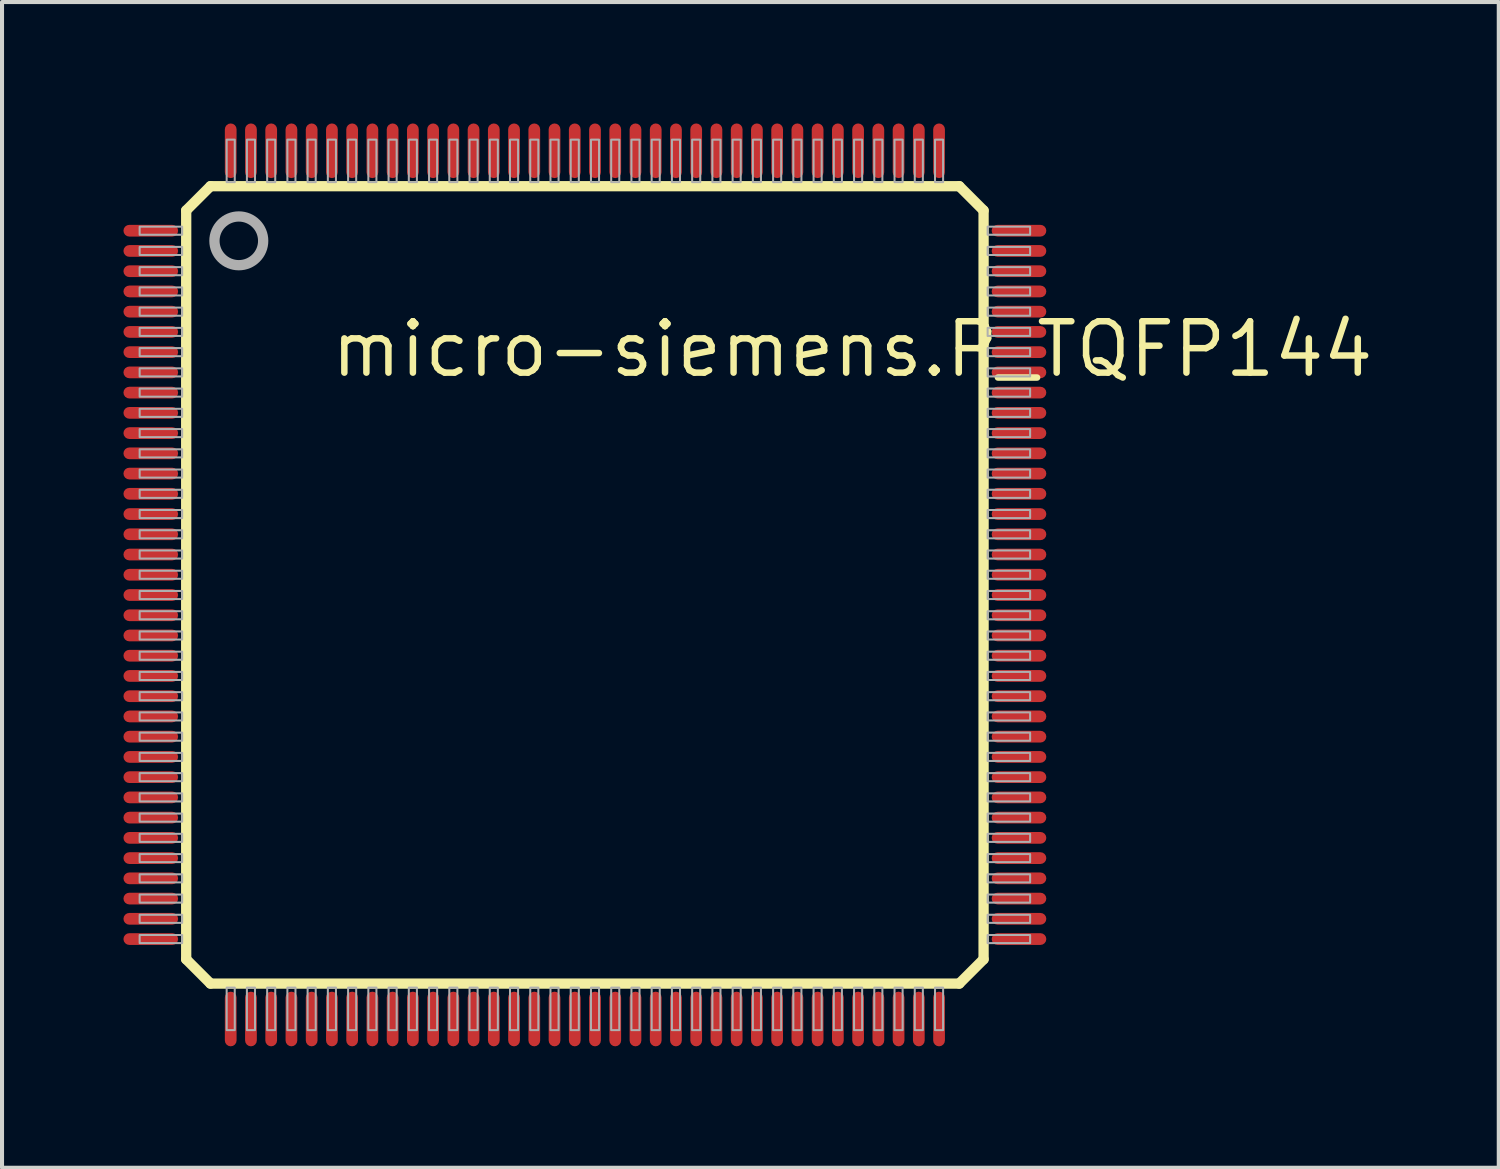
<source format=kicad_pcb>
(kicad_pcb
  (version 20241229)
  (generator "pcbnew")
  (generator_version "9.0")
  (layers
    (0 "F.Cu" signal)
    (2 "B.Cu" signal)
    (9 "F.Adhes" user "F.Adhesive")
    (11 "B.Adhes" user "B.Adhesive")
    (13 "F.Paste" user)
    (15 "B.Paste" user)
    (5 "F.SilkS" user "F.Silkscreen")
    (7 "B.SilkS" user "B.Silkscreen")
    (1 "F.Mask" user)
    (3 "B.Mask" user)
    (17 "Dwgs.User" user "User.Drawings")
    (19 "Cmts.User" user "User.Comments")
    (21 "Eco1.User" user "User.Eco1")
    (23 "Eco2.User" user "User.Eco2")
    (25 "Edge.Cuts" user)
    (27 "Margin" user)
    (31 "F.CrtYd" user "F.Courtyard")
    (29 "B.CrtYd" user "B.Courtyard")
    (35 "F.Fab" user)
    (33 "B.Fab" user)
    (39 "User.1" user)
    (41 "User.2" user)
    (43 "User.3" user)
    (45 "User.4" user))
  (footprint "micro-siemens.P_TQFP144"
    (layer "F.Cu")
    (at 11.4 11.4)
    (property "Reference" "micro-siemens.P_TQFP144" (at -6.35 -5.08 0) (layer "F.SilkS") (effects (font (size 1.27 1.27) (thickness 0.16)) (justify left bottom)))
    (attr smd)
    (fp_line (start -9.85 -9.25) (end -9.25 -9.85) (stroke (width 0.254) (type default)) (layer "F.SilkS"))
    (fp_line (start -9.85 9.25) (end -9.85 -9.25) (stroke (width 0.254) (type default)) (layer "F.SilkS"))
    (fp_line (start -9.85 9.25) (end -9.25 9.85) (stroke (width 0.254) (type default)) (layer "F.SilkS"))
    (fp_line (start -9.25 -9.85) (end 9.25 -9.85) (stroke (width 0.254) (type default)) (layer "F.SilkS"))
    (fp_line (start 9.25 9.85) (end -9.25 9.85) (stroke (width 0.254) (type default)) (layer "F.SilkS"))
    (fp_line (start 9.85 -9.25) (end 9.25 -9.85) (stroke (width 0.254) (type default)) (layer "F.SilkS"))
    (fp_line (start 9.85 -9.25) (end 9.85 9.25) (stroke (width 0.254) (type default)) (layer "F.SilkS"))
    (fp_line (start 9.85 9.25) (end 9.25 9.85) (stroke (width 0.254) (type default)) (layer "F.SilkS"))
    (fp_rect (start -11 -8.65) (end -9.95 -8.85) (stroke (width 0.05) (type default)) (fill no) (layer "F.Fab"))
    (fp_rect (start -11 -8.15) (end -9.95 -8.35) (stroke (width 0.05) (type default)) (fill no) (layer "F.Fab"))
    (fp_rect (start -11 -7.65) (end -9.95 -7.85) (stroke (width 0.05) (type default)) (fill no) (layer "F.Fab"))
    (fp_rect (start -11 -7.15) (end -9.95 -7.35) (stroke (width 0.05) (type default)) (fill no) (layer "F.Fab"))
    (fp_rect (start -11 -6.65) (end -9.95 -6.85) (stroke (width 0.05) (type default)) (fill no) (layer "F.Fab"))
    (fp_rect (start -11 -6.15) (end -9.95 -6.35) (stroke (width 0.05) (type default)) (fill no) (layer "F.Fab"))
    (fp_rect (start -11 -5.65) (end -9.95 -5.85) (stroke (width 0.05) (type default)) (fill no) (layer "F.Fab"))
    (fp_rect (start -11 -5.15) (end -9.95 -5.35) (stroke (width 0.05) (type default)) (fill no) (layer "F.Fab"))
    (fp_rect (start -11 -4.65) (end -9.95 -4.85) (stroke (width 0.05) (type default)) (fill no) (layer "F.Fab"))
    (fp_rect (start -11 -4.15) (end -9.95 -4.35) (stroke (width 0.05) (type default)) (fill no) (layer "F.Fab"))
    (fp_rect (start -11 -3.65) (end -9.95 -3.85) (stroke (width 0.05) (type default)) (fill no) (layer "F.Fab"))
    (fp_rect (start -11 -3.15) (end -9.95 -3.35) (stroke (width 0.05) (type default)) (fill no) (layer "F.Fab"))
    (fp_rect (start -11 -2.65) (end -9.95 -2.85) (stroke (width 0.05) (type default)) (fill no) (layer "F.Fab"))
    (fp_rect (start -11 -2.15) (end -9.95 -2.35) (stroke (width 0.05) (type default)) (fill no) (layer "F.Fab"))
    (fp_rect (start -11 -1.65) (end -9.95 -1.85) (stroke (width 0.05) (type default)) (fill no) (layer "F.Fab"))
    (fp_rect (start -11 -1.15) (end -9.95 -1.35) (stroke (width 0.05) (type default)) (fill no) (layer "F.Fab"))
    (fp_rect (start -11 -0.65) (end -9.95 -0.85) (stroke (width 0.05) (type default)) (fill no) (layer "F.Fab"))
    (fp_rect (start -11 -0.15) (end -9.95 -0.35) (stroke (width 0.05) (type default)) (fill no) (layer "F.Fab"))
    (fp_rect (start -11 0.35) (end -9.95 0.15) (stroke (width 0.05) (type default)) (fill no) (layer "F.Fab"))
    (fp_rect (start -11 0.85) (end -9.95 0.65) (stroke (width 0.05) (type default)) (fill no) (layer "F.Fab"))
    (fp_rect (start -11 1.35) (end -9.95 1.15) (stroke (width 0.05) (type default)) (fill no) (layer "F.Fab"))
    (fp_rect (start -11 1.85) (end -9.95 1.65) (stroke (width 0.05) (type default)) (fill no) (layer "F.Fab"))
    (fp_rect (start -11 2.35) (end -9.95 2.15) (stroke (width 0.05) (type default)) (fill no) (layer "F.Fab"))
    (fp_rect (start -11 2.85) (end -9.95 2.65) (stroke (width 0.05) (type default)) (fill no) (layer "F.Fab"))
    (fp_rect (start -11 3.35) (end -9.95 3.15) (stroke (width 0.05) (type default)) (fill no) (layer "F.Fab"))
    (fp_rect (start -11 3.85) (end -9.95 3.65) (stroke (width 0.05) (type default)) (fill no) (layer "F.Fab"))
    (fp_rect (start -11 4.35) (end -9.95 4.15) (stroke (width 0.05) (type default)) (fill no) (layer "F.Fab"))
    (fp_rect (start -11 4.85) (end -9.95 4.65) (stroke (width 0.05) (type default)) (fill no) (layer "F.Fab"))
    (fp_rect (start -11 5.35) (end -9.95 5.15) (stroke (width 0.05) (type default)) (fill no) (layer "F.Fab"))
    (fp_rect (start -11 5.85) (end -9.95 5.65) (stroke (width 0.05) (type default)) (fill no) (layer "F.Fab"))
    (fp_rect (start -11 6.35) (end -9.95 6.15) (stroke (width 0.05) (type default)) (fill no) (layer "F.Fab"))
    (fp_rect (start -11 6.85) (end -9.95 6.65) (stroke (width 0.05) (type default)) (fill no) (layer "F.Fab"))
    (fp_rect (start -11 7.35) (end -9.95 7.15) (stroke (width 0.05) (type default)) (fill no) (layer "F.Fab"))
    (fp_rect (start -11 7.85) (end -9.95 7.65) (stroke (width 0.05) (type default)) (fill no) (layer "F.Fab"))
    (fp_rect (start -11 8.35) (end -9.95 8.15) (stroke (width 0.05) (type default)) (fill no) (layer "F.Fab"))
    (fp_rect (start -11 8.85) (end -9.95 8.65) (stroke (width 0.05) (type default)) (fill no) (layer "F.Fab"))
    (fp_rect (start -8.85 -9.95) (end -8.65 -11) (stroke (width 0.05) (type default)) (fill no) (layer "F.Fab"))
    (fp_rect (start -8.85 11) (end -8.65 9.95) (stroke (width 0.05) (type default)) (fill no) (layer "F.Fab"))
    (fp_rect (start -8.35 -9.95) (end -8.15 -11) (stroke (width 0.05) (type default)) (fill no) (layer "F.Fab"))
    (fp_rect (start -8.35 11) (end -8.15 9.95) (stroke (width 0.05) (type default)) (fill no) (layer "F.Fab"))
    (fp_rect (start -7.85 -9.95) (end -7.65 -11) (stroke (width 0.05) (type default)) (fill no) (layer "F.Fab"))
    (fp_rect (start -7.85 11) (end -7.65 9.95) (stroke (width 0.05) (type default)) (fill no) (layer "F.Fab"))
    (fp_rect (start -7.35 -9.95) (end -7.15 -11) (stroke (width 0.05) (type default)) (fill no) (layer "F.Fab"))
    (fp_rect (start -7.35 11) (end -7.15 9.95) (stroke (width 0.05) (type default)) (fill no) (layer "F.Fab"))
    (fp_rect (start -6.85 -9.95) (end -6.65 -11) (stroke (width 0.05) (type default)) (fill no) (layer "F.Fab"))
    (fp_rect (start -6.85 11) (end -6.65 9.95) (stroke (width 0.05) (type default)) (fill no) (layer "F.Fab"))
    (fp_rect (start -6.35 -9.95) (end -6.15 -11) (stroke (width 0.05) (type default)) (fill no) (layer "F.Fab"))
    (fp_rect (start -6.35 11) (end -6.15 9.95) (stroke (width 0.05) (type default)) (fill no) (layer "F.Fab"))
    (fp_rect (start -5.85 -9.95) (end -5.65 -11) (stroke (width 0.05) (type default)) (fill no) (layer "F.Fab"))
    (fp_rect (start -5.85 11) (end -5.65 9.95) (stroke (width 0.05) (type default)) (fill no) (layer "F.Fab"))
    (fp_rect (start -5.35 -9.95) (end -5.15 -11) (stroke (width 0.05) (type default)) (fill no) (layer "F.Fab"))
    (fp_rect (start -5.35 11) (end -5.15 9.95) (stroke (width 0.05) (type default)) (fill no) (layer "F.Fab"))
    (fp_rect (start -4.85 -9.95) (end -4.65 -11) (stroke (width 0.05) (type default)) (fill no) (layer "F.Fab"))
    (fp_rect (start -4.85 11) (end -4.65 9.95) (stroke (width 0.05) (type default)) (fill no) (layer "F.Fab"))
    (fp_rect (start -4.35 -9.95) (end -4.15 -11) (stroke (width 0.05) (type default)) (fill no) (layer "F.Fab"))
    (fp_rect (start -4.35 11) (end -4.15 9.95) (stroke (width 0.05) (type default)) (fill no) (layer "F.Fab"))
    (fp_rect (start -3.85 -9.95) (end -3.65 -11) (stroke (width 0.05) (type default)) (fill no) (layer "F.Fab"))
    (fp_rect (start -3.85 11) (end -3.65 9.95) (stroke (width 0.05) (type default)) (fill no) (layer "F.Fab"))
    (fp_rect (start -3.35 -9.95) (end -3.15 -11) (stroke (width 0.05) (type default)) (fill no) (layer "F.Fab"))
    (fp_rect (start -3.35 11) (end -3.15 9.95) (stroke (width 0.05) (type default)) (fill no) (layer "F.Fab"))
    (fp_rect (start -2.85 -9.95) (end -2.65 -11) (stroke (width 0.05) (type default)) (fill no) (layer "F.Fab"))
    (fp_rect (start -2.85 11) (end -2.65 9.95) (stroke (width 0.05) (type default)) (fill no) (layer "F.Fab"))
    (fp_rect (start -2.35 -9.95) (end -2.15 -11) (stroke (width 0.05) (type default)) (fill no) (layer "F.Fab"))
    (fp_rect (start -2.35 11) (end -2.15 9.95) (stroke (width 0.05) (type default)) (fill no) (layer "F.Fab"))
    (fp_rect (start -1.85 -9.95) (end -1.65 -11) (stroke (width 0.05) (type default)) (fill no) (layer "F.Fab"))
    (fp_rect (start -1.85 11) (end -1.65 9.95) (stroke (width 0.05) (type default)) (fill no) (layer "F.Fab"))
    (fp_rect (start -1.35 -9.95) (end -1.15 -11) (stroke (width 0.05) (type default)) (fill no) (layer "F.Fab"))
    (fp_rect (start -1.35 11) (end -1.15 9.95) (stroke (width 0.05) (type default)) (fill no) (layer "F.Fab"))
    (fp_rect (start -0.85 -9.95) (end -0.65 -11) (stroke (width 0.05) (type default)) (fill no) (layer "F.Fab"))
    (fp_rect (start -0.85 11) (end -0.65 9.95) (stroke (width 0.05) (type default)) (fill no) (layer "F.Fab"))
    (fp_rect (start -0.35 -9.95) (end -0.15 -11) (stroke (width 0.05) (type default)) (fill no) (layer "F.Fab"))
    (fp_rect (start -0.35 11) (end -0.15 9.95) (stroke (width 0.05) (type default)) (fill no) (layer "F.Fab"))
    (fp_rect (start 0.15 -9.95) (end 0.35 -11) (stroke (width 0.05) (type default)) (fill no) (layer "F.Fab"))
    (fp_rect (start 0.15 11) (end 0.35 9.95) (stroke (width 0.05) (type default)) (fill no) (layer "F.Fab"))
    (fp_rect (start 0.65 -9.95) (end 0.85 -11) (stroke (width 0.05) (type default)) (fill no) (layer "F.Fab"))
    (fp_rect (start 0.65 11) (end 0.85 9.95) (stroke (width 0.05) (type default)) (fill no) (layer "F.Fab"))
    (fp_rect (start 1.15 -9.95) (end 1.35 -11) (stroke (width 0.05) (type default)) (fill no) (layer "F.Fab"))
    (fp_rect (start 1.15 11) (end 1.35 9.95) (stroke (width 0.05) (type default)) (fill no) (layer "F.Fab"))
    (fp_rect (start 1.65 -9.95) (end 1.85 -11) (stroke (width 0.05) (type default)) (fill no) (layer "F.Fab"))
    (fp_rect (start 1.65 11) (end 1.85 9.95) (stroke (width 0.05) (type default)) (fill no) (layer "F.Fab"))
    (fp_rect (start 2.15 -9.95) (end 2.35 -11) (stroke (width 0.05) (type default)) (fill no) (layer "F.Fab"))
    (fp_rect (start 2.15 11) (end 2.35 9.95) (stroke (width 0.05) (type default)) (fill no) (layer "F.Fab"))
    (fp_rect (start 2.65 -9.95) (end 2.85 -11) (stroke (width 0.05) (type default)) (fill no) (layer "F.Fab"))
    (fp_rect (start 2.65 11) (end 2.85 9.95) (stroke (width 0.05) (type default)) (fill no) (layer "F.Fab"))
    (fp_rect (start 3.15 -9.95) (end 3.35 -11) (stroke (width 0.05) (type default)) (fill no) (layer "F.Fab"))
    (fp_rect (start 3.15 11) (end 3.35 9.95) (stroke (width 0.05) (type default)) (fill no) (layer "F.Fab"))
    (fp_rect (start 3.65 -9.95) (end 3.85 -11) (stroke (width 0.05) (type default)) (fill no) (layer "F.Fab"))
    (fp_rect (start 3.65 11) (end 3.85 9.95) (stroke (width 0.05) (type default)) (fill no) (layer "F.Fab"))
    (fp_rect (start 4.15 -9.95) (end 4.35 -11) (stroke (width 0.05) (type default)) (fill no) (layer "F.Fab"))
    (fp_rect (start 4.15 11) (end 4.35 9.95) (stroke (width 0.05) (type default)) (fill no) (layer "F.Fab"))
    (fp_rect (start 4.65 -9.95) (end 4.85 -11) (stroke (width 0.05) (type default)) (fill no) (layer "F.Fab"))
    (fp_rect (start 4.65 11) (end 4.85 9.95) (stroke (width 0.05) (type default)) (fill no) (layer "F.Fab"))
    (fp_rect (start 5.15 -9.95) (end 5.35 -11) (stroke (width 0.05) (type default)) (fill no) (layer "F.Fab"))
    (fp_rect (start 5.15 11) (end 5.35 9.95) (stroke (width 0.05) (type default)) (fill no) (layer "F.Fab"))
    (fp_rect (start 5.65 -9.95) (end 5.85 -11) (stroke (width 0.05) (type default)) (fill no) (layer "F.Fab"))
    (fp_rect (start 5.65 11) (end 5.85 9.95) (stroke (width 0.05) (type default)) (fill no) (layer "F.Fab"))
    (fp_rect (start 6.15 -9.95) (end 6.35 -11) (stroke (width 0.05) (type default)) (fill no) (layer "F.Fab"))
    (fp_rect (start 6.15 11) (end 6.35 9.95) (stroke (width 0.05) (type default)) (fill no) (layer "F.Fab"))
    (fp_rect (start 6.65 -9.95) (end 6.85 -11) (stroke (width 0.05) (type default)) (fill no) (layer "F.Fab"))
    (fp_rect (start 6.65 11) (end 6.85 9.95) (stroke (width 0.05) (type default)) (fill no) (layer "F.Fab"))
    (fp_rect (start 7.15 -9.95) (end 7.35 -11) (stroke (width 0.05) (type default)) (fill no) (layer "F.Fab"))
    (fp_rect (start 7.15 11) (end 7.35 9.95) (stroke (width 0.05) (type default)) (fill no) (layer "F.Fab"))
    (fp_rect (start 7.65 -9.95) (end 7.85 -11) (stroke (width 0.05) (type default)) (fill no) (layer "F.Fab"))
    (fp_rect (start 7.65 11) (end 7.85 9.95) (stroke (width 0.05) (type default)) (fill no) (layer "F.Fab"))
    (fp_rect (start 8.15 -9.95) (end 8.35 -11) (stroke (width 0.05) (type default)) (fill no) (layer "F.Fab"))
    (fp_rect (start 8.15 11) (end 8.35 9.95) (stroke (width 0.05) (type default)) (fill no) (layer "F.Fab"))
    (fp_rect (start 8.65 -9.95) (end 8.85 -11) (stroke (width 0.05) (type default)) (fill no) (layer "F.Fab"))
    (fp_rect (start 8.65 11) (end 8.85 9.95) (stroke (width 0.05) (type default)) (fill no) (layer "F.Fab"))
    (fp_rect (start 9.95 -8.65) (end 11 -8.85) (stroke (width 0.05) (type default)) (fill no) (layer "F.Fab"))
    (fp_rect (start 9.95 -8.15) (end 11 -8.35) (stroke (width 0.05) (type default)) (fill no) (layer "F.Fab"))
    (fp_rect (start 9.95 -7.65) (end 11 -7.85) (stroke (width 0.05) (type default)) (fill no) (layer "F.Fab"))
    (fp_rect (start 9.95 -7.15) (end 11 -7.35) (stroke (width 0.05) (type default)) (fill no) (layer "F.Fab"))
    (fp_rect (start 9.95 -6.65) (end 11 -6.85) (stroke (width 0.05) (type default)) (fill no) (layer "F.Fab"))
    (fp_rect (start 9.95 -6.15) (end 11 -6.35) (stroke (width 0.05) (type default)) (fill no) (layer "F.Fab"))
    (fp_rect (start 9.95 -5.65) (end 11 -5.85) (stroke (width 0.05) (type default)) (fill no) (layer "F.Fab"))
    (fp_rect (start 9.95 -5.15) (end 11 -5.35) (stroke (width 0.05) (type default)) (fill no) (layer "F.Fab"))
    (fp_rect (start 9.95 -4.65) (end 11 -4.85) (stroke (width 0.05) (type default)) (fill no) (layer "F.Fab"))
    (fp_rect (start 9.95 -4.15) (end 11 -4.35) (stroke (width 0.05) (type default)) (fill no) (layer "F.Fab"))
    (fp_rect (start 9.95 -3.65) (end 11 -3.85) (stroke (width 0.05) (type default)) (fill no) (layer "F.Fab"))
    (fp_rect (start 9.95 -3.15) (end 11 -3.35) (stroke (width 0.05) (type default)) (fill no) (layer "F.Fab"))
    (fp_rect (start 9.95 -2.65) (end 11 -2.85) (stroke (width 0.05) (type default)) (fill no) (layer "F.Fab"))
    (fp_rect (start 9.95 -2.15) (end 11 -2.35) (stroke (width 0.05) (type default)) (fill no) (layer "F.Fab"))
    (fp_rect (start 9.95 -1.65) (end 11 -1.85) (stroke (width 0.05) (type default)) (fill no) (layer "F.Fab"))
    (fp_rect (start 9.95 -1.15) (end 11 -1.35) (stroke (width 0.05) (type default)) (fill no) (layer "F.Fab"))
    (fp_rect (start 9.95 -0.65) (end 11 -0.85) (stroke (width 0.05) (type default)) (fill no) (layer "F.Fab"))
    (fp_rect (start 9.95 -0.15) (end 11 -0.35) (stroke (width 0.05) (type default)) (fill no) (layer "F.Fab"))
    (fp_rect (start 9.95 0.35) (end 11 0.15) (stroke (width 0.05) (type default)) (fill no) (layer "F.Fab"))
    (fp_rect (start 9.95 0.85) (end 11 0.65) (stroke (width 0.05) (type default)) (fill no) (layer "F.Fab"))
    (fp_rect (start 9.95 1.35) (end 11 1.15) (stroke (width 0.05) (type default)) (fill no) (layer "F.Fab"))
    (fp_rect (start 9.95 1.85) (end 11 1.65) (stroke (width 0.05) (type default)) (fill no) (layer "F.Fab"))
    (fp_rect (start 9.95 2.35) (end 11 2.15) (stroke (width 0.05) (type default)) (fill no) (layer "F.Fab"))
    (fp_rect (start 9.95 2.85) (end 11 2.65) (stroke (width 0.05) (type default)) (fill no) (layer "F.Fab"))
    (fp_rect (start 9.95 3.35) (end 11 3.15) (stroke (width 0.05) (type default)) (fill no) (layer "F.Fab"))
    (fp_rect (start 9.95 3.85) (end 11 3.65) (stroke (width 0.05) (type default)) (fill no) (layer "F.Fab"))
    (fp_rect (start 9.95 4.35) (end 11 4.15) (stroke (width 0.05) (type default)) (fill no) (layer "F.Fab"))
    (fp_rect (start 9.95 4.85) (end 11 4.65) (stroke (width 0.05) (type default)) (fill no) (layer "F.Fab"))
    (fp_rect (start 9.95 5.35) (end 11 5.15) (stroke (width 0.05) (type default)) (fill no) (layer "F.Fab"))
    (fp_rect (start 9.95 5.85) (end 11 5.65) (stroke (width 0.05) (type default)) (fill no) (layer "F.Fab"))
    (fp_rect (start 9.95 6.35) (end 11 6.15) (stroke (width 0.05) (type default)) (fill no) (layer "F.Fab"))
    (fp_rect (start 9.95 6.85) (end 11 6.65) (stroke (width 0.05) (type default)) (fill no) (layer "F.Fab"))
    (fp_rect (start 9.95 7.35) (end 11 7.15) (stroke (width 0.05) (type default)) (fill no) (layer "F.Fab"))
    (fp_rect (start 9.95 7.85) (end 11 7.65) (stroke (width 0.05) (type default)) (fill no) (layer "F.Fab"))
    (fp_rect (start 9.95 8.35) (end 11 8.15) (stroke (width 0.05) (type default)) (fill no) (layer "F.Fab"))
    (fp_rect (start 9.95 8.85) (end 11 8.65) (stroke (width 0.05) (type default)) (fill no) (layer "F.Fab"))
    (fp_circle (center -8.55 -8.5) (end -7.948 -8.5) (stroke (width 0.254) (type default)) (fill no) (layer "F.Fab"))
    (pad "1" smd roundrect (at -10.725 -8.75) (size 1.35 0.29) (layers "F.Cu" "F.Mask" "F.Paste") (roundrect_rratio 0.5))
    (pad "2" smd roundrect (at -10.725 -8.25) (size 1.35 0.29) (layers "F.Cu" "F.Mask" "F.Paste") (roundrect_rratio 0.5))
    (pad "3" smd roundrect (at -10.725 -7.75) (size 1.35 0.29) (layers "F.Cu" "F.Mask" "F.Paste") (roundrect_rratio 0.5))
    (pad "4" smd roundrect (at -10.725 -7.25) (size 1.35 0.29) (layers "F.Cu" "F.Mask" "F.Paste") (roundrect_rratio 0.5))
    (pad "5" smd roundrect (at -10.725 -6.75) (size 1.35 0.29) (layers "F.Cu" "F.Mask" "F.Paste") (roundrect_rratio 0.5))
    (pad "6" smd roundrect (at -10.725 -6.25) (size 1.35 0.29) (layers "F.Cu" "F.Mask" "F.Paste") (roundrect_rratio 0.5))
    (pad "7" smd roundrect (at -10.725 -5.75) (size 1.35 0.29) (layers "F.Cu" "F.Mask" "F.Paste") (roundrect_rratio 0.5))
    (pad "8" smd roundrect (at -10.725 -5.25) (size 1.35 0.29) (layers "F.Cu" "F.Mask" "F.Paste") (roundrect_rratio 0.5))
    (pad "9" smd roundrect (at -10.725 -4.75) (size 1.35 0.29) (layers "F.Cu" "F.Mask" "F.Paste") (roundrect_rratio 0.5))
    (pad "10" smd roundrect (at -10.725 -4.25) (size 1.35 0.29) (layers "F.Cu" "F.Mask" "F.Paste") (roundrect_rratio 0.5))
    (pad "11" smd roundrect (at -10.725 -3.75) (size 1.35 0.29) (layers "F.Cu" "F.Mask" "F.Paste") (roundrect_rratio 0.5))
    (pad "12" smd roundrect (at -10.725 -3.25) (size 1.35 0.29) (layers "F.Cu" "F.Mask" "F.Paste") (roundrect_rratio 0.5))
    (pad "13" smd roundrect (at -10.725 -2.75) (size 1.35 0.29) (layers "F.Cu" "F.Mask" "F.Paste") (roundrect_rratio 0.5))
    (pad "14" smd roundrect (at -10.725 -2.25) (size 1.35 0.29) (layers "F.Cu" "F.Mask" "F.Paste") (roundrect_rratio 0.5))
    (pad "15" smd roundrect (at -10.725 -1.75) (size 1.35 0.29) (layers "F.Cu" "F.Mask" "F.Paste") (roundrect_rratio 0.5))
    (pad "16" smd roundrect (at -10.725 -1.25) (size 1.35 0.29) (layers "F.Cu" "F.Mask" "F.Paste") (roundrect_rratio 0.5))
    (pad "17" smd roundrect (at -10.725 -0.75) (size 1.35 0.29) (layers "F.Cu" "F.Mask" "F.Paste") (roundrect_rratio 0.5))
    (pad "18" smd roundrect (at -10.725 -0.25) (size 1.35 0.29) (layers "F.Cu" "F.Mask" "F.Paste") (roundrect_rratio 0.5))
    (pad "19" smd roundrect (at -10.725 0.25) (size 1.35 0.29) (layers "F.Cu" "F.Mask" "F.Paste") (roundrect_rratio 0.5))
    (pad "20" smd roundrect (at -10.725 0.75) (size 1.35 0.29) (layers "F.Cu" "F.Mask" "F.Paste") (roundrect_rratio 0.5))
    (pad "21" smd roundrect (at -10.725 1.25) (size 1.35 0.29) (layers "F.Cu" "F.Mask" "F.Paste") (roundrect_rratio 0.5))
    (pad "22" smd roundrect (at -10.725 1.75) (size 1.35 0.29) (layers "F.Cu" "F.Mask" "F.Paste") (roundrect_rratio 0.5))
    (pad "23" smd roundrect (at -10.725 2.25) (size 1.35 0.29) (layers "F.Cu" "F.Mask" "F.Paste") (roundrect_rratio 0.5))
    (pad "24" smd roundrect (at -10.725 2.75) (size 1.35 0.29) (layers "F.Cu" "F.Mask" "F.Paste") (roundrect_rratio 0.5))
    (pad "25" smd roundrect (at -10.725 3.25) (size 1.35 0.29) (layers "F.Cu" "F.Mask" "F.Paste") (roundrect_rratio 0.5))
    (pad "26" smd roundrect (at -10.725 3.75) (size 1.35 0.29) (layers "F.Cu" "F.Mask" "F.Paste") (roundrect_rratio 0.5))
    (pad "27" smd roundrect (at -10.725 4.25) (size 1.35 0.29) (layers "F.Cu" "F.Mask" "F.Paste") (roundrect_rratio 0.5))
    (pad "28" smd roundrect (at -10.725 4.75) (size 1.35 0.29) (layers "F.Cu" "F.Mask" "F.Paste") (roundrect_rratio 0.5))
    (pad "29" smd roundrect (at -10.725 5.25) (size 1.35 0.29) (layers "F.Cu" "F.Mask" "F.Paste") (roundrect_rratio 0.5))
    (pad "30" smd roundrect (at -10.725 5.75) (size 1.35 0.29) (layers "F.Cu" "F.Mask" "F.Paste") (roundrect_rratio 0.5))
    (pad "31" smd roundrect (at -10.725 6.25) (size 1.35 0.29) (layers "F.Cu" "F.Mask" "F.Paste") (roundrect_rratio 0.5))
    (pad "32" smd roundrect (at -10.725 6.75) (size 1.35 0.29) (layers "F.Cu" "F.Mask" "F.Paste") (roundrect_rratio 0.5))
    (pad "33" smd roundrect (at -10.725 7.25) (size 1.35 0.29) (layers "F.Cu" "F.Mask" "F.Paste") (roundrect_rratio 0.5))
    (pad "34" smd roundrect (at -10.725 7.75) (size 1.35 0.29) (layers "F.Cu" "F.Mask" "F.Paste") (roundrect_rratio 0.5))
    (pad "35" smd roundrect (at -10.725 8.25) (size 1.35 0.29) (layers "F.Cu" "F.Mask" "F.Paste") (roundrect_rratio 0.5))
    (pad "36" smd roundrect (at -10.725 8.75) (size 1.35 0.29) (layers "F.Cu" "F.Mask" "F.Paste") (roundrect_rratio 0.5))
    (pad "37" smd roundrect (at -8.75 10.725 90) (size 1.35 0.29) (layers "F.Cu" "F.Mask" "F.Paste") (roundrect_rratio 0.5))
    (pad "38" smd roundrect (at -8.25 10.725 90) (size 1.35 0.29) (layers "F.Cu" "F.Mask" "F.Paste") (roundrect_rratio 0.5))
    (pad "39" smd roundrect (at -7.75 10.725 90) (size 1.35 0.29) (layers "F.Cu" "F.Mask" "F.Paste") (roundrect_rratio 0.5))
    (pad "40" smd roundrect (at -7.25 10.725 90) (size 1.35 0.29) (layers "F.Cu" "F.Mask" "F.Paste") (roundrect_rratio 0.5))
    (pad "41" smd roundrect (at -6.75 10.725 90) (size 1.35 0.29) (layers "F.Cu" "F.Mask" "F.Paste") (roundrect_rratio 0.5))
    (pad "42" smd roundrect (at -6.25 10.725 90) (size 1.35 0.29) (layers "F.Cu" "F.Mask" "F.Paste") (roundrect_rratio 0.5))
    (pad "43" smd roundrect (at -5.75 10.725 90) (size 1.35 0.29) (layers "F.Cu" "F.Mask" "F.Paste") (roundrect_rratio 0.5))
    (pad "44" smd roundrect (at -5.25 10.725 90) (size 1.35 0.29) (layers "F.Cu" "F.Mask" "F.Paste") (roundrect_rratio 0.5))
    (pad "45" smd roundrect (at -4.75 10.725 90) (size 1.35 0.29) (layers "F.Cu" "F.Mask" "F.Paste") (roundrect_rratio 0.5))
    (pad "46" smd roundrect (at -4.25 10.725 90) (size 1.35 0.29) (layers "F.Cu" "F.Mask" "F.Paste") (roundrect_rratio 0.5))
    (pad "47" smd roundrect (at -3.75 10.725 90) (size 1.35 0.29) (layers "F.Cu" "F.Mask" "F.Paste") (roundrect_rratio 0.5))
    (pad "48" smd roundrect (at -3.25 10.725 90) (size 1.35 0.29) (layers "F.Cu" "F.Mask" "F.Paste") (roundrect_rratio 0.5))
    (pad "49" smd roundrect (at -2.75 10.725 90) (size 1.35 0.29) (layers "F.Cu" "F.Mask" "F.Paste") (roundrect_rratio 0.5))
    (pad "50" smd roundrect (at -2.25 10.725 90) (size 1.35 0.29) (layers "F.Cu" "F.Mask" "F.Paste") (roundrect_rratio 0.5))
    (pad "51" smd roundrect (at -1.75 10.725 90) (size 1.35 0.29) (layers "F.Cu" "F.Mask" "F.Paste") (roundrect_rratio 0.5))
    (pad "52" smd roundrect (at -1.25 10.725 90) (size 1.35 0.29) (layers "F.Cu" "F.Mask" "F.Paste") (roundrect_rratio 0.5))
    (pad "53" smd roundrect (at -0.75 10.725 90) (size 1.35 0.29) (layers "F.Cu" "F.Mask" "F.Paste") (roundrect_rratio 0.5))
    (pad "54" smd roundrect (at -0.25 10.725 90) (size 1.35 0.29) (layers "F.Cu" "F.Mask" "F.Paste") (roundrect_rratio 0.5))
    (pad "55" smd roundrect (at 0.25 10.725 90) (size 1.35 0.29) (layers "F.Cu" "F.Mask" "F.Paste") (roundrect_rratio 0.5))
    (pad "56" smd roundrect (at 0.75 10.725 90) (size 1.35 0.29) (layers "F.Cu" "F.Mask" "F.Paste") (roundrect_rratio 0.5))
    (pad "57" smd roundrect (at 1.25 10.725 90) (size 1.35 0.29) (layers "F.Cu" "F.Mask" "F.Paste") (roundrect_rratio 0.5))
    (pad "58" smd roundrect (at 1.75 10.725 90) (size 1.35 0.29) (layers "F.Cu" "F.Mask" "F.Paste") (roundrect_rratio 0.5))
    (pad "59" smd roundrect (at 2.25 10.725 90) (size 1.35 0.29) (layers "F.Cu" "F.Mask" "F.Paste") (roundrect_rratio 0.5))
    (pad "60" smd roundrect (at 2.75 10.725 90) (size 1.35 0.29) (layers "F.Cu" "F.Mask" "F.Paste") (roundrect_rratio 0.5))
    (pad "61" smd roundrect (at 3.25 10.725 90) (size 1.35 0.29) (layers "F.Cu" "F.Mask" "F.Paste") (roundrect_rratio 0.5))
    (pad "62" smd roundrect (at 3.75 10.725 90) (size 1.35 0.29) (layers "F.Cu" "F.Mask" "F.Paste") (roundrect_rratio 0.5))
    (pad "63" smd roundrect (at 4.25 10.725 90) (size 1.35 0.29) (layers "F.Cu" "F.Mask" "F.Paste") (roundrect_rratio 0.5))
    (pad "64" smd roundrect (at 4.75 10.725 90) (size 1.35 0.29) (layers "F.Cu" "F.Mask" "F.Paste") (roundrect_rratio 0.5))
    (pad "65" smd roundrect (at 5.25 10.725 90) (size 1.35 0.29) (layers "F.Cu" "F.Mask" "F.Paste") (roundrect_rratio 0.5))
    (pad "66" smd roundrect (at 5.75 10.725 90) (size 1.35 0.29) (layers "F.Cu" "F.Mask" "F.Paste") (roundrect_rratio 0.5))
    (pad "67" smd roundrect (at 6.25 10.725 90) (size 1.35 0.29) (layers "F.Cu" "F.Mask" "F.Paste") (roundrect_rratio 0.5))
    (pad "68" smd roundrect (at 6.75 10.725 90) (size 1.35 0.29) (layers "F.Cu" "F.Mask" "F.Paste") (roundrect_rratio 0.5))
    (pad "69" smd roundrect (at 7.25 10.725 90) (size 1.35 0.29) (layers "F.Cu" "F.Mask" "F.Paste") (roundrect_rratio 0.5))
    (pad "70" smd roundrect (at 7.75 10.725 90) (size 1.35 0.29) (layers "F.Cu" "F.Mask" "F.Paste") (roundrect_rratio 0.5))
    (pad "71" smd roundrect (at 8.25 10.725 90) (size 1.35 0.29) (layers "F.Cu" "F.Mask" "F.Paste") (roundrect_rratio 0.5))
    (pad "72" smd roundrect (at 8.75 10.725 90) (size 1.35 0.29) (layers "F.Cu" "F.Mask" "F.Paste") (roundrect_rratio 0.5))
    (pad "73" smd roundrect (at 10.725 8.75 180) (size 1.35 0.29) (layers "F.Cu" "F.Mask" "F.Paste") (roundrect_rratio 0.5))
    (pad "74" smd roundrect (at 10.725 8.25 180) (size 1.35 0.29) (layers "F.Cu" "F.Mask" "F.Paste") (roundrect_rratio 0.5))
    (pad "75" smd roundrect (at 10.725 7.75 180) (size 1.35 0.29) (layers "F.Cu" "F.Mask" "F.Paste") (roundrect_rratio 0.5))
    (pad "76" smd roundrect (at 10.725 7.25 180) (size 1.35 0.29) (layers "F.Cu" "F.Mask" "F.Paste") (roundrect_rratio 0.5))
    (pad "77" smd roundrect (at 10.725 6.75 180) (size 1.35 0.29) (layers "F.Cu" "F.Mask" "F.Paste") (roundrect_rratio 0.5))
    (pad "78" smd roundrect (at 10.725 6.25 180) (size 1.35 0.29) (layers "F.Cu" "F.Mask" "F.Paste") (roundrect_rratio 0.5))
    (pad "79" smd roundrect (at 10.725 5.75 180) (size 1.35 0.29) (layers "F.Cu" "F.Mask" "F.Paste") (roundrect_rratio 0.5))
    (pad "80" smd roundrect (at 10.725 5.25 180) (size 1.35 0.29) (layers "F.Cu" "F.Mask" "F.Paste") (roundrect_rratio 0.5))
    (pad "81" smd roundrect (at 10.725 4.75 180) (size 1.35 0.29) (layers "F.Cu" "F.Mask" "F.Paste") (roundrect_rratio 0.5))
    (pad "82" smd roundrect (at 10.725 4.25 180) (size 1.35 0.29) (layers "F.Cu" "F.Mask" "F.Paste") (roundrect_rratio 0.5))
    (pad "83" smd roundrect (at 10.725 3.75 180) (size 1.35 0.29) (layers "F.Cu" "F.Mask" "F.Paste") (roundrect_rratio 0.5))
    (pad "84" smd roundrect (at 10.725 3.25 180) (size 1.35 0.29) (layers "F.Cu" "F.Mask" "F.Paste") (roundrect_rratio 0.5))
    (pad "85" smd roundrect (at 10.725 2.75 180) (size 1.35 0.29) (layers "F.Cu" "F.Mask" "F.Paste") (roundrect_rratio 0.5))
    (pad "86" smd roundrect (at 10.725 2.25 180) (size 1.35 0.29) (layers "F.Cu" "F.Mask" "F.Paste") (roundrect_rratio 0.5))
    (pad "87" smd roundrect (at 10.725 1.75 180) (size 1.35 0.29) (layers "F.Cu" "F.Mask" "F.Paste") (roundrect_rratio 0.5))
    (pad "88" smd roundrect (at 10.725 1.25 180) (size 1.35 0.29) (layers "F.Cu" "F.Mask" "F.Paste") (roundrect_rratio 0.5))
    (pad "89" smd roundrect (at 10.725 0.75 180) (size 1.35 0.29) (layers "F.Cu" "F.Mask" "F.Paste") (roundrect_rratio 0.5))
    (pad "90" smd roundrect (at 10.725 0.25 180) (size 1.35 0.29) (layers "F.Cu" "F.Mask" "F.Paste") (roundrect_rratio 0.5))
    (pad "91" smd roundrect (at 10.725 -0.25 180) (size 1.35 0.29) (layers "F.Cu" "F.Mask" "F.Paste") (roundrect_rratio 0.5))
    (pad "92" smd roundrect (at 10.725 -0.75 180) (size 1.35 0.29) (layers "F.Cu" "F.Mask" "F.Paste") (roundrect_rratio 0.5))
    (pad "93" smd roundrect (at 10.725 -1.25 180) (size 1.35 0.29) (layers "F.Cu" "F.Mask" "F.Paste") (roundrect_rratio 0.5))
    (pad "94" smd roundrect (at 10.725 -1.75 180) (size 1.35 0.29) (layers "F.Cu" "F.Mask" "F.Paste") (roundrect_rratio 0.5))
    (pad "95" smd roundrect (at 10.725 -2.25 180) (size 1.35 0.29) (layers "F.Cu" "F.Mask" "F.Paste") (roundrect_rratio 0.5))
    (pad "96" smd roundrect (at 10.725 -2.75 180) (size 1.35 0.29) (layers "F.Cu" "F.Mask" "F.Paste") (roundrect_rratio 0.5))
    (pad "97" smd roundrect (at 10.725 -3.25 180) (size 1.35 0.29) (layers "F.Cu" "F.Mask" "F.Paste") (roundrect_rratio 0.5))
    (pad "98" smd roundrect (at 10.725 -3.75 180) (size 1.35 0.29) (layers "F.Cu" "F.Mask" "F.Paste") (roundrect_rratio 0.5))
    (pad "99" smd roundrect (at 10.725 -4.25 180) (size 1.35 0.29) (layers "F.Cu" "F.Mask" "F.Paste") (roundrect_rratio 0.5))
    (pad "100" smd roundrect (at 10.725 -4.75 180) (size 1.35 0.29) (layers "F.Cu" "F.Mask" "F.Paste") (roundrect_rratio 0.5))
    (pad "101" smd roundrect (at 10.725 -5.25 180) (size 1.35 0.29) (layers "F.Cu" "F.Mask" "F.Paste") (roundrect_rratio 0.5))
    (pad "102" smd roundrect (at 10.725 -5.75 180) (size 1.35 0.29) (layers "F.Cu" "F.Mask" "F.Paste") (roundrect_rratio 0.5))
    (pad "103" smd roundrect (at 10.725 -6.25 180) (size 1.35 0.29) (layers "F.Cu" "F.Mask" "F.Paste") (roundrect_rratio 0.5))
    (pad "104" smd roundrect (at 10.725 -6.75 180) (size 1.35 0.29) (layers "F.Cu" "F.Mask" "F.Paste") (roundrect_rratio 0.5))
    (pad "105" smd roundrect (at 10.725 -7.25 180) (size 1.35 0.29) (layers "F.Cu" "F.Mask" "F.Paste") (roundrect_rratio 0.5))
    (pad "106" smd roundrect (at 10.725 -7.75 180) (size 1.35 0.29) (layers "F.Cu" "F.Mask" "F.Paste") (roundrect_rratio 0.5))
    (pad "107" smd roundrect (at 10.725 -8.25 180) (size 1.35 0.29) (layers "F.Cu" "F.Mask" "F.Paste") (roundrect_rratio 0.5))
    (pad "108" smd roundrect (at 10.725 -8.75 180) (size 1.35 0.29) (layers "F.Cu" "F.Mask" "F.Paste") (roundrect_rratio 0.5))
    (pad "109" smd roundrect (at 8.75 -10.725 270) (size 1.35 0.29) (layers "F.Cu" "F.Mask" "F.Paste") (roundrect_rratio 0.5))
    (pad "110" smd roundrect (at 8.25 -10.725 270) (size 1.35 0.29) (layers "F.Cu" "F.Mask" "F.Paste") (roundrect_rratio 0.5))
    (pad "111" smd roundrect (at 7.75 -10.725 270) (size 1.35 0.29) (layers "F.Cu" "F.Mask" "F.Paste") (roundrect_rratio 0.5))
    (pad "112" smd roundrect (at 7.25 -10.725 270) (size 1.35 0.29) (layers "F.Cu" "F.Mask" "F.Paste") (roundrect_rratio 0.5))
    (pad "113" smd roundrect (at 6.75 -10.725 270) (size 1.35 0.29) (layers "F.Cu" "F.Mask" "F.Paste") (roundrect_rratio 0.5))
    (pad "114" smd roundrect (at 6.25 -10.725 270) (size 1.35 0.29) (layers "F.Cu" "F.Mask" "F.Paste") (roundrect_rratio 0.5))
    (pad "115" smd roundrect (at 5.75 -10.725 270) (size 1.35 0.29) (layers "F.Cu" "F.Mask" "F.Paste") (roundrect_rratio 0.5))
    (pad "116" smd roundrect (at 5.25 -10.725 270) (size 1.35 0.29) (layers "F.Cu" "F.Mask" "F.Paste") (roundrect_rratio 0.5))
    (pad "117" smd roundrect (at 4.75 -10.725 270) (size 1.35 0.29) (layers "F.Cu" "F.Mask" "F.Paste") (roundrect_rratio 0.5))
    (pad "118" smd roundrect (at 4.25 -10.725 270) (size 1.35 0.29) (layers "F.Cu" "F.Mask" "F.Paste") (roundrect_rratio 0.5))
    (pad "119" smd roundrect (at 3.75 -10.725 270) (size 1.35 0.29) (layers "F.Cu" "F.Mask" "F.Paste") (roundrect_rratio 0.5))
    (pad "120" smd roundrect (at 3.25 -10.725 270) (size 1.35 0.29) (layers "F.Cu" "F.Mask" "F.Paste") (roundrect_rratio 0.5))
    (pad "121" smd roundrect (at 2.75 -10.725 270) (size 1.35 0.29) (layers "F.Cu" "F.Mask" "F.Paste") (roundrect_rratio 0.5))
    (pad "122" smd roundrect (at 2.25 -10.725 270) (size 1.35 0.29) (layers "F.Cu" "F.Mask" "F.Paste") (roundrect_rratio 0.5))
    (pad "123" smd roundrect (at 1.75 -10.725 270) (size 1.35 0.29) (layers "F.Cu" "F.Mask" "F.Paste") (roundrect_rratio 0.5))
    (pad "124" smd roundrect (at 1.25 -10.725 270) (size 1.35 0.29) (layers "F.Cu" "F.Mask" "F.Paste") (roundrect_rratio 0.5))
    (pad "125" smd roundrect (at 0.75 -10.725 270) (size 1.35 0.29) (layers "F.Cu" "F.Mask" "F.Paste") (roundrect_rratio 0.5))
    (pad "126" smd roundrect (at 0.25 -10.725 270) (size 1.35 0.29) (layers "F.Cu" "F.Mask" "F.Paste") (roundrect_rratio 0.5))
    (pad "127" smd roundrect (at -0.25 -10.725 270) (size 1.35 0.29) (layers "F.Cu" "F.Mask" "F.Paste") (roundrect_rratio 0.5))
    (pad "128" smd roundrect (at -0.75 -10.725 270) (size 1.35 0.29) (layers "F.Cu" "F.Mask" "F.Paste") (roundrect_rratio 0.5))
    (pad "129" smd roundrect (at -1.25 -10.725 270) (size 1.35 0.29) (layers "F.Cu" "F.Mask" "F.Paste") (roundrect_rratio 0.5))
    (pad "130" smd roundrect (at -1.75 -10.725 270) (size 1.35 0.29) (layers "F.Cu" "F.Mask" "F.Paste") (roundrect_rratio 0.5))
    (pad "131" smd roundrect (at -2.25 -10.725 270) (size 1.35 0.29) (layers "F.Cu" "F.Mask" "F.Paste") (roundrect_rratio 0.5))
    (pad "132" smd roundrect (at -2.75 -10.725 270) (size 1.35 0.29) (layers "F.Cu" "F.Mask" "F.Paste") (roundrect_rratio 0.5))
    (pad "133" smd roundrect (at -3.25 -10.725 270) (size 1.35 0.29) (layers "F.Cu" "F.Mask" "F.Paste") (roundrect_rratio 0.5))
    (pad "134" smd roundrect (at -3.75 -10.725 270) (size 1.35 0.29) (layers "F.Cu" "F.Mask" "F.Paste") (roundrect_rratio 0.5))
    (pad "135" smd roundrect (at -4.25 -10.725 270) (size 1.35 0.29) (layers "F.Cu" "F.Mask" "F.Paste") (roundrect_rratio 0.5))
    (pad "136" smd roundrect (at -4.75 -10.725 270) (size 1.35 0.29) (layers "F.Cu" "F.Mask" "F.Paste") (roundrect_rratio 0.5))
    (pad "137" smd roundrect (at -5.25 -10.725 270) (size 1.35 0.29) (layers "F.Cu" "F.Mask" "F.Paste") (roundrect_rratio 0.5))
    (pad "138" smd roundrect (at -5.75 -10.725 270) (size 1.35 0.29) (layers "F.Cu" "F.Mask" "F.Paste") (roundrect_rratio 0.5))
    (pad "139" smd roundrect (at -6.25 -10.725 270) (size 1.35 0.29) (layers "F.Cu" "F.Mask" "F.Paste") (roundrect_rratio 0.5))
    (pad "140" smd roundrect (at -6.75 -10.725 270) (size 1.35 0.29) (layers "F.Cu" "F.Mask" "F.Paste") (roundrect_rratio 0.5))
    (pad "141" smd roundrect (at -7.25 -10.725 270) (size 1.35 0.29) (layers "F.Cu" "F.Mask" "F.Paste") (roundrect_rratio 0.5))
    (pad "142" smd roundrect (at -7.75 -10.725 270) (size 1.35 0.29) (layers "F.Cu" "F.Mask" "F.Paste") (roundrect_rratio 0.5))
    (pad "143" smd roundrect (at -8.25 -10.725 270) (size 1.35 0.29) (layers "F.Cu" "F.Mask" "F.Paste") (roundrect_rratio 0.5))
    (pad "144" smd roundrect (at -8.75 -10.725 270) (size 1.35 0.29) (layers "F.Cu" "F.Mask" "F.Paste") (roundrect_rratio 0.5)))
  (gr_rect
    (start -3 -3)
    (end 33.978 25.8)
    (stroke (width 0.1) (type default))
    (fill no)
    (layer "Edge.Cuts")))
</source>
